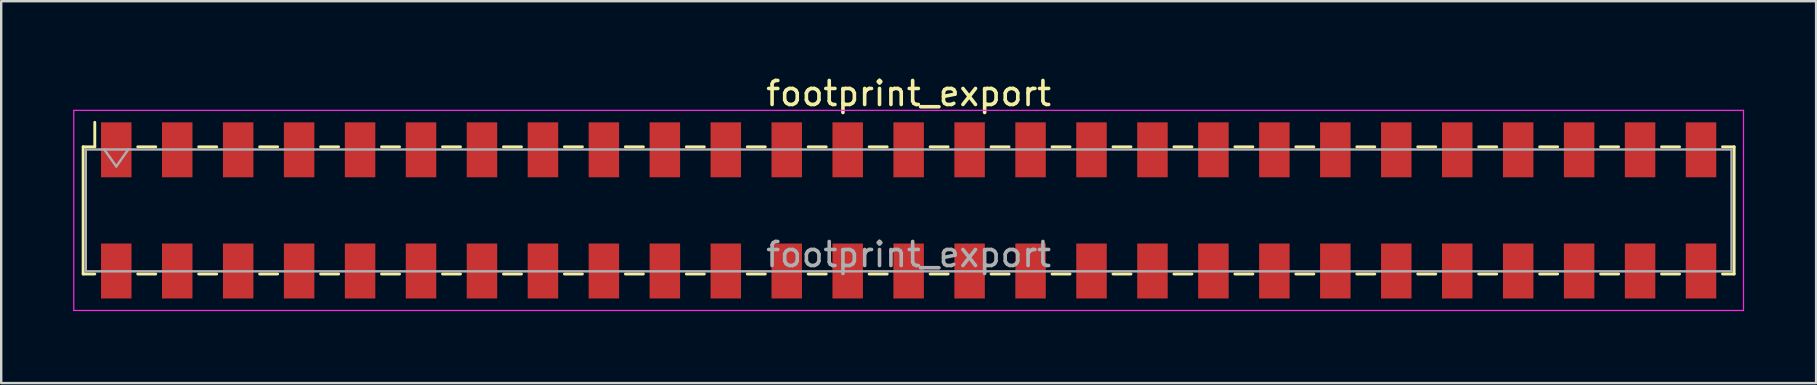
<source format=kicad_pcb>
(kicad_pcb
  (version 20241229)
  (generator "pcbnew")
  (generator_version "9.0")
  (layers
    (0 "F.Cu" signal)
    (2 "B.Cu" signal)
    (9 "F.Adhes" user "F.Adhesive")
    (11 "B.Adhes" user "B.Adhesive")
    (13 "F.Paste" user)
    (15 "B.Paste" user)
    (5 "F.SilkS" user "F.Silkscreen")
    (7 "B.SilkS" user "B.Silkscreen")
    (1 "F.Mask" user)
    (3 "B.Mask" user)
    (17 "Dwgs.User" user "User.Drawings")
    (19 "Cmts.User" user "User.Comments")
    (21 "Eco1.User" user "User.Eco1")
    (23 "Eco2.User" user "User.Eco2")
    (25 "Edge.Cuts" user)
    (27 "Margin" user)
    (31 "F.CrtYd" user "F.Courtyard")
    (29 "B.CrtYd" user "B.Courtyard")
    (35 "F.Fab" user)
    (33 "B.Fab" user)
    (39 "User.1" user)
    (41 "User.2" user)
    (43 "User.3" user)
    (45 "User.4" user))
  (footprint "footprint_export"
    (layer "F.Cu")
    (at 34.815 5.718)
    (property "Reference" "footprint_export" (at 0 -4.87 0) (layer "F.SilkS") (effects (font (size 1 1) (thickness 0.15))))
    (attr smd)
    (fp_line (start -34.4 -2.65) (end -34.4 2.65) (stroke (width 0.12) (type solid)) (layer "F.SilkS"))
    (fp_line (start -34.4 2.65) (end -33.915 2.65) (stroke (width 0.12) (type solid)) (layer "F.SilkS"))
    (fp_line (start -33.915 -3.67) (end -33.915 -2.65) (stroke (width 0.12) (type solid)) (layer "F.SilkS"))
    (fp_line (start -33.915 -2.65) (end -34.4 -2.65) (stroke (width 0.12) (type solid)) (layer "F.SilkS"))
    (fp_line (start -32.125 -2.65) (end -31.375 -2.65) (stroke (width 0.12) (type solid)) (layer "F.SilkS"))
    (fp_line (start -32.125 2.65) (end -31.375 2.65) (stroke (width 0.12) (type solid)) (layer "F.SilkS"))
    (fp_line (start -29.585 -2.65) (end -28.835 -2.65) (stroke (width 0.12) (type solid)) (layer "F.SilkS"))
    (fp_line (start -29.585 2.65) (end -28.835 2.65) (stroke (width 0.12) (type solid)) (layer "F.SilkS"))
    (fp_line (start -27.045 -2.65) (end -26.295 -2.65) (stroke (width 0.12) (type solid)) (layer "F.SilkS"))
    (fp_line (start -27.045 2.65) (end -26.295 2.65) (stroke (width 0.12) (type solid)) (layer "F.SilkS"))
    (fp_line (start -24.505 -2.65) (end -23.755 -2.65) (stroke (width 0.12) (type solid)) (layer "F.SilkS"))
    (fp_line (start -24.505 2.65) (end -23.755 2.65) (stroke (width 0.12) (type solid)) (layer "F.SilkS"))
    (fp_line (start -21.965 -2.65) (end -21.215 -2.65) (stroke (width 0.12) (type solid)) (layer "F.SilkS"))
    (fp_line (start -21.965 2.65) (end -21.215 2.65) (stroke (width 0.12) (type solid)) (layer "F.SilkS"))
    (fp_line (start -19.425 -2.65) (end -18.675 -2.65) (stroke (width 0.12) (type solid)) (layer "F.SilkS"))
    (fp_line (start -19.425 2.65) (end -18.675 2.65) (stroke (width 0.12) (type solid)) (layer "F.SilkS"))
    (fp_line (start -16.885 -2.65) (end -16.135 -2.65) (stroke (width 0.12) (type solid)) (layer "F.SilkS"))
    (fp_line (start -16.885 2.65) (end -16.135 2.65) (stroke (width 0.12) (type solid)) (layer "F.SilkS"))
    (fp_line (start -14.345 -2.65) (end -13.595 -2.65) (stroke (width 0.12) (type solid)) (layer "F.SilkS"))
    (fp_line (start -14.345 2.65) (end -13.595 2.65) (stroke (width 0.12) (type solid)) (layer "F.SilkS"))
    (fp_line (start -11.805 -2.65) (end -11.055 -2.65) (stroke (width 0.12) (type solid)) (layer "F.SilkS"))
    (fp_line (start -11.805 2.65) (end -11.055 2.65) (stroke (width 0.12) (type solid)) (layer "F.SilkS"))
    (fp_line (start -9.265 -2.65) (end -8.515 -2.65) (stroke (width 0.12) (type solid)) (layer "F.SilkS"))
    (fp_line (start -9.265 2.65) (end -8.515 2.65) (stroke (width 0.12) (type solid)) (layer "F.SilkS"))
    (fp_line (start -6.725 -2.65) (end -5.975 -2.65) (stroke (width 0.12) (type solid)) (layer "F.SilkS"))
    (fp_line (start -6.725 2.65) (end -5.975 2.65) (stroke (width 0.12) (type solid)) (layer "F.SilkS"))
    (fp_line (start -4.185 -2.65) (end -3.435 -2.65) (stroke (width 0.12) (type solid)) (layer "F.SilkS"))
    (fp_line (start -4.185 2.65) (end -3.435 2.65) (stroke (width 0.12) (type solid)) (layer "F.SilkS"))
    (fp_line (start -1.645 -2.65) (end -0.895 -2.65) (stroke (width 0.12) (type solid)) (layer "F.SilkS"))
    (fp_line (start -1.645 2.65) (end -0.895 2.65) (stroke (width 0.12) (type solid)) (layer "F.SilkS"))
    (fp_line (start 0.895 -2.65) (end 1.645 -2.65) (stroke (width 0.12) (type solid)) (layer "F.SilkS"))
    (fp_line (start 0.895 2.65) (end 1.645 2.65) (stroke (width 0.12) (type solid)) (layer "F.SilkS"))
    (fp_line (start 3.435 -2.65) (end 4.185 -2.65) (stroke (width 0.12) (type solid)) (layer "F.SilkS"))
    (fp_line (start 3.435 2.65) (end 4.185 2.65) (stroke (width 0.12) (type solid)) (layer "F.SilkS"))
    (fp_line (start 5.975 -2.65) (end 6.725 -2.65) (stroke (width 0.12) (type solid)) (layer "F.SilkS"))
    (fp_line (start 5.975 2.65) (end 6.725 2.65) (stroke (width 0.12) (type solid)) (layer "F.SilkS"))
    (fp_line (start 8.515 -2.65) (end 9.265 -2.65) (stroke (width 0.12) (type solid)) (layer "F.SilkS"))
    (fp_line (start 8.515 2.65) (end 9.265 2.65) (stroke (width 0.12) (type solid)) (layer "F.SilkS"))
    (fp_line (start 11.055 -2.65) (end 11.805 -2.65) (stroke (width 0.12) (type solid)) (layer "F.SilkS"))
    (fp_line (start 11.055 2.65) (end 11.805 2.65) (stroke (width 0.12) (type solid)) (layer "F.SilkS"))
    (fp_line (start 13.595 -2.65) (end 14.345 -2.65) (stroke (width 0.12) (type solid)) (layer "F.SilkS"))
    (fp_line (start 13.595 2.65) (end 14.345 2.65) (stroke (width 0.12) (type solid)) (layer "F.SilkS"))
    (fp_line (start 16.135 -2.65) (end 16.885 -2.65) (stroke (width 0.12) (type solid)) (layer "F.SilkS"))
    (fp_line (start 16.135 2.65) (end 16.885 2.65) (stroke (width 0.12) (type solid)) (layer "F.SilkS"))
    (fp_line (start 18.675 -2.65) (end 19.425 -2.65) (stroke (width 0.12) (type solid)) (layer "F.SilkS"))
    (fp_line (start 18.675 2.65) (end 19.425 2.65) (stroke (width 0.12) (type solid)) (layer "F.SilkS"))
    (fp_line (start 21.215 -2.65) (end 21.965 -2.65) (stroke (width 0.12) (type solid)) (layer "F.SilkS"))
    (fp_line (start 21.215 2.65) (end 21.965 2.65) (stroke (width 0.12) (type solid)) (layer "F.SilkS"))
    (fp_line (start 23.755 -2.65) (end 24.505 -2.65) (stroke (width 0.12) (type solid)) (layer "F.SilkS"))
    (fp_line (start 23.755 2.65) (end 24.505 2.65) (stroke (width 0.12) (type solid)) (layer "F.SilkS"))
    (fp_line (start 26.295 -2.65) (end 27.045 -2.65) (stroke (width 0.12) (type solid)) (layer "F.SilkS"))
    (fp_line (start 26.295 2.65) (end 27.045 2.65) (stroke (width 0.12) (type solid)) (layer "F.SilkS"))
    (fp_line (start 28.835 -2.65) (end 29.585 -2.65) (stroke (width 0.12) (type solid)) (layer "F.SilkS"))
    (fp_line (start 28.835 2.65) (end 29.585 2.65) (stroke (width 0.12) (type solid)) (layer "F.SilkS"))
    (fp_line (start 31.375 -2.65) (end 32.125 -2.65) (stroke (width 0.12) (type solid)) (layer "F.SilkS"))
    (fp_line (start 31.375 2.65) (end 32.125 2.65) (stroke (width 0.12) (type solid)) (layer "F.SilkS"))
    (fp_line (start 33.915 -2.65) (end 34.4 -2.65) (stroke (width 0.12) (type solid)) (layer "F.SilkS"))
    (fp_line (start 34.4 -2.65) (end 34.4 2.65) (stroke (width 0.12) (type solid)) (layer "F.SilkS"))
    (fp_line (start 34.4 2.65) (end 33.915 2.65) (stroke (width 0.12) (type solid)) (layer "F.SilkS"))
    (fp_line (start -34.79 -4.17) (end 34.79 -4.17) (stroke (width 0.05) (type solid)) (layer "F.CrtYd"))
    (fp_line (start -34.79 4.17) (end -34.79 -4.17) (stroke (width 0.05) (type solid)) (layer "F.CrtYd"))
    (fp_line (start 34.79 -4.17) (end 34.79 4.17) (stroke (width 0.05) (type solid)) (layer "F.CrtYd"))
    (fp_line (start 34.79 4.17) (end -34.79 4.17) (stroke (width 0.05) (type solid)) (layer "F.CrtYd"))
    (fp_line (start -34.29 -2.54) (end 34.29 -2.54) (stroke (width 0.1) (type solid)) (layer "F.Fab"))
    (fp_line (start -34.29 2.54) (end -34.29 -2.54) (stroke (width 0.1) (type solid)) (layer "F.Fab"))
    (fp_line (start -33.52 -2.54) (end -33.02 -1.833) (stroke (width 0.1) (type solid)) (layer "F.Fab"))
    (fp_line (start -33.02 -1.833) (end -32.52 -2.54) (stroke (width 0.1) (type solid)) (layer "F.Fab"))
    (fp_line (start 34.29 -2.54) (end 34.29 2.54) (stroke (width 0.1) (type solid)) (layer "F.Fab"))
    (fp_line (start 34.29 2.54) (end -34.29 2.54) (stroke (width 0.1) (type solid)) (layer "F.Fab"))
    (fp_text user "${REFERENCE}" (at 0 1.84 0) (layer "F.Fab") (effects (font (size 1 1) (thickness 0.15))))
    (pad "1" smd rect (at -33.02 -2.525) (size 1.27 2.29) (layers "F.Cu" "F.Mask" "F.Paste"))
    (pad "2" smd rect (at -33.02 2.525) (size 1.27 2.29) (layers "F.Cu" "F.Mask" "F.Paste"))
    (pad "3" smd rect (at -30.48 -2.525) (size 1.27 2.29) (layers "F.Cu" "F.Mask" "F.Paste"))
    (pad "4" smd rect (at -30.48 2.525) (size 1.27 2.29) (layers "F.Cu" "F.Mask" "F.Paste"))
    (pad "5" smd rect (at -27.94 -2.525) (size 1.27 2.29) (layers "F.Cu" "F.Mask" "F.Paste"))
    (pad "6" smd rect (at -27.94 2.525) (size 1.27 2.29) (layers "F.Cu" "F.Mask" "F.Paste"))
    (pad "7" smd rect (at -25.4 -2.525) (size 1.27 2.29) (layers "F.Cu" "F.Mask" "F.Paste"))
    (pad "8" smd rect (at -25.4 2.525) (size 1.27 2.29) (layers "F.Cu" "F.Mask" "F.Paste"))
    (pad "9" smd rect (at -22.86 -2.525) (size 1.27 2.29) (layers "F.Cu" "F.Mask" "F.Paste"))
    (pad "10" smd rect (at -22.86 2.525) (size 1.27 2.29) (layers "F.Cu" "F.Mask" "F.Paste"))
    (pad "11" smd rect (at -20.32 -2.525) (size 1.27 2.29) (layers "F.Cu" "F.Mask" "F.Paste"))
    (pad "12" smd rect (at -20.32 2.525) (size 1.27 2.29) (layers "F.Cu" "F.Mask" "F.Paste"))
    (pad "13" smd rect (at -17.78 -2.525) (size 1.27 2.29) (layers "F.Cu" "F.Mask" "F.Paste"))
    (pad "14" smd rect (at -17.78 2.525) (size 1.27 2.29) (layers "F.Cu" "F.Mask" "F.Paste"))
    (pad "15" smd rect (at -15.24 -2.525) (size 1.27 2.29) (layers "F.Cu" "F.Mask" "F.Paste"))
    (pad "16" smd rect (at -15.24 2.525) (size 1.27 2.29) (layers "F.Cu" "F.Mask" "F.Paste"))
    (pad "17" smd rect (at -12.7 -2.525) (size 1.27 2.29) (layers "F.Cu" "F.Mask" "F.Paste"))
    (pad "18" smd rect (at -12.7 2.525) (size 1.27 2.29) (layers "F.Cu" "F.Mask" "F.Paste"))
    (pad "19" smd rect (at -10.16 -2.525) (size 1.27 2.29) (layers "F.Cu" "F.Mask" "F.Paste"))
    (pad "20" smd rect (at -10.16 2.525) (size 1.27 2.29) (layers "F.Cu" "F.Mask" "F.Paste"))
    (pad "21" smd rect (at -7.62 -2.525) (size 1.27 2.29) (layers "F.Cu" "F.Mask" "F.Paste"))
    (pad "22" smd rect (at -7.62 2.525) (size 1.27 2.29) (layers "F.Cu" "F.Mask" "F.Paste"))
    (pad "23" smd rect (at -5.08 -2.525) (size 1.27 2.29) (layers "F.Cu" "F.Mask" "F.Paste"))
    (pad "24" smd rect (at -5.08 2.525) (size 1.27 2.29) (layers "F.Cu" "F.Mask" "F.Paste"))
    (pad "25" smd rect (at -2.54 -2.525) (size 1.27 2.29) (layers "F.Cu" "F.Mask" "F.Paste"))
    (pad "26" smd rect (at -2.54 2.525) (size 1.27 2.29) (layers "F.Cu" "F.Mask" "F.Paste"))
    (pad "27" smd rect (at 0 -2.525) (size 1.27 2.29) (layers "F.Cu" "F.Mask" "F.Paste"))
    (pad "28" smd rect (at 0 2.525) (size 1.27 2.29) (layers "F.Cu" "F.Mask" "F.Paste"))
    (pad "29" smd rect (at 2.54 -2.525) (size 1.27 2.29) (layers "F.Cu" "F.Mask" "F.Paste"))
    (pad "30" smd rect (at 2.54 2.525) (size 1.27 2.29) (layers "F.Cu" "F.Mask" "F.Paste"))
    (pad "31" smd rect (at 5.08 -2.525) (size 1.27 2.29) (layers "F.Cu" "F.Mask" "F.Paste"))
    (pad "32" smd rect (at 5.08 2.525) (size 1.27 2.29) (layers "F.Cu" "F.Mask" "F.Paste"))
    (pad "33" smd rect (at 7.62 -2.525) (size 1.27 2.29) (layers "F.Cu" "F.Mask" "F.Paste"))
    (pad "34" smd rect (at 7.62 2.525) (size 1.27 2.29) (layers "F.Cu" "F.Mask" "F.Paste"))
    (pad "35" smd rect (at 10.16 -2.525) (size 1.27 2.29) (layers "F.Cu" "F.Mask" "F.Paste"))
    (pad "36" smd rect (at 10.16 2.525) (size 1.27 2.29) (layers "F.Cu" "F.Mask" "F.Paste"))
    (pad "37" smd rect (at 12.7 -2.525) (size 1.27 2.29) (layers "F.Cu" "F.Mask" "F.Paste"))
    (pad "38" smd rect (at 12.7 2.525) (size 1.27 2.29) (layers "F.Cu" "F.Mask" "F.Paste"))
    (pad "39" smd rect (at 15.24 -2.525) (size 1.27 2.29) (layers "F.Cu" "F.Mask" "F.Paste"))
    (pad "40" smd rect (at 15.24 2.525) (size 1.27 2.29) (layers "F.Cu" "F.Mask" "F.Paste"))
    (pad "41" smd rect (at 17.78 -2.525) (size 1.27 2.29) (layers "F.Cu" "F.Mask" "F.Paste"))
    (pad "42" smd rect (at 17.78 2.525) (size 1.27 2.29) (layers "F.Cu" "F.Mask" "F.Paste"))
    (pad "43" smd rect (at 20.32 -2.525) (size 1.27 2.29) (layers "F.Cu" "F.Mask" "F.Paste"))
    (pad "44" smd rect (at 20.32 2.525) (size 1.27 2.29) (layers "F.Cu" "F.Mask" "F.Paste"))
    (pad "45" smd rect (at 22.86 -2.525) (size 1.27 2.29) (layers "F.Cu" "F.Mask" "F.Paste"))
    (pad "46" smd rect (at 22.86 2.525) (size 1.27 2.29) (layers "F.Cu" "F.Mask" "F.Paste"))
    (pad "47" smd rect (at 25.4 -2.525) (size 1.27 2.29) (layers "F.Cu" "F.Mask" "F.Paste"))
    (pad "48" smd rect (at 25.4 2.525) (size 1.27 2.29) (layers "F.Cu" "F.Mask" "F.Paste"))
    (pad "49" smd rect (at 27.94 -2.525) (size 1.27 2.29) (layers "F.Cu" "F.Mask" "F.Paste"))
    (pad "50" smd rect (at 27.94 2.525) (size 1.27 2.29) (layers "F.Cu" "F.Mask" "F.Paste"))
    (pad "51" smd rect (at 30.48 -2.525) (size 1.27 2.29) (layers "F.Cu" "F.Mask" "F.Paste"))
    (pad "52" smd rect (at 30.48 2.525) (size 1.27 2.29) (layers "F.Cu" "F.Mask" "F.Paste"))
    (pad "53" smd rect (at 33.02 -2.525) (size 1.27 2.29) (layers "F.Cu" "F.Mask" "F.Paste"))
    (pad "54" smd rect (at 33.02 2.525) (size 1.27 2.29) (layers "F.Cu" "F.Mask" "F.Paste")))
  (gr_rect
    (start -3 -3)
    (end 72.63 12.913)
    (stroke (width 0.1) (type default))
    (fill no)
    (layer "Edge.Cuts")))
</source>
